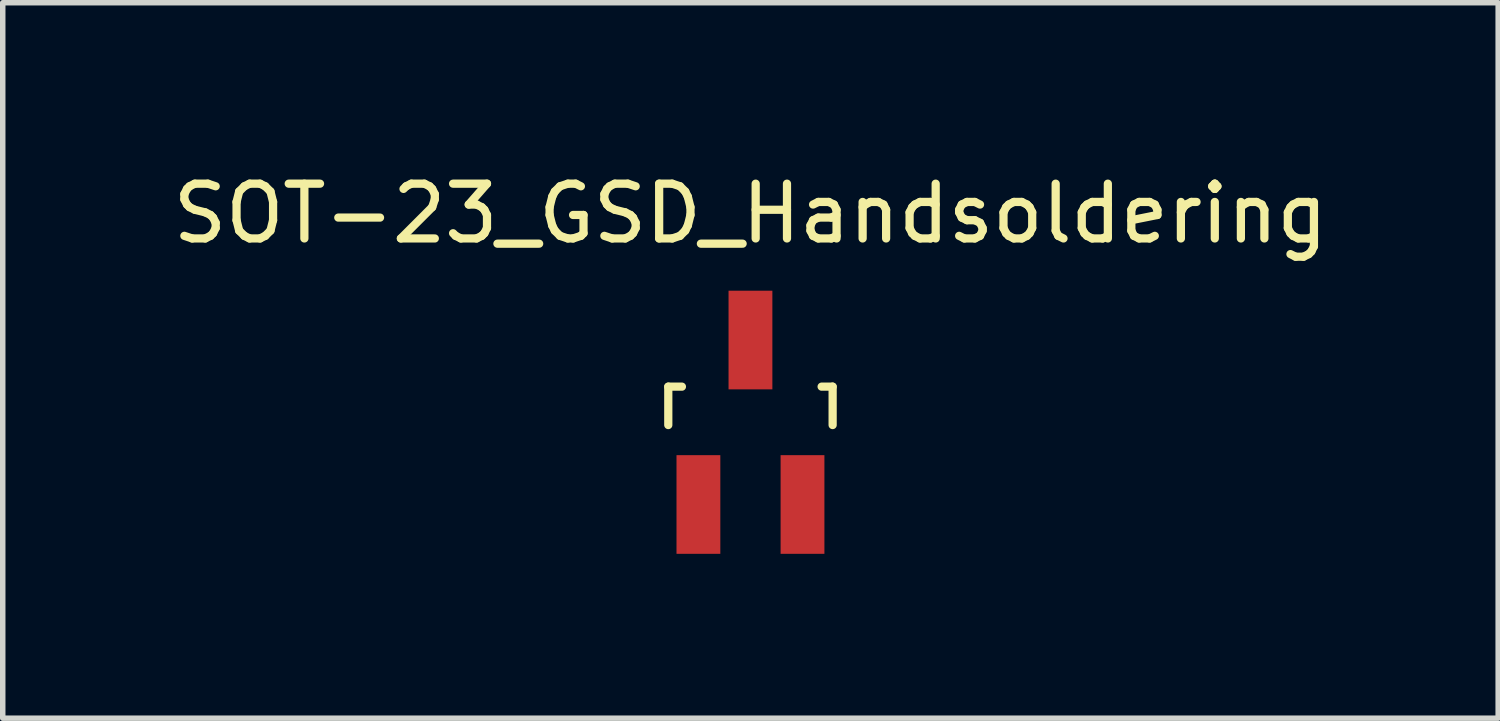
<source format=kicad_pcb>
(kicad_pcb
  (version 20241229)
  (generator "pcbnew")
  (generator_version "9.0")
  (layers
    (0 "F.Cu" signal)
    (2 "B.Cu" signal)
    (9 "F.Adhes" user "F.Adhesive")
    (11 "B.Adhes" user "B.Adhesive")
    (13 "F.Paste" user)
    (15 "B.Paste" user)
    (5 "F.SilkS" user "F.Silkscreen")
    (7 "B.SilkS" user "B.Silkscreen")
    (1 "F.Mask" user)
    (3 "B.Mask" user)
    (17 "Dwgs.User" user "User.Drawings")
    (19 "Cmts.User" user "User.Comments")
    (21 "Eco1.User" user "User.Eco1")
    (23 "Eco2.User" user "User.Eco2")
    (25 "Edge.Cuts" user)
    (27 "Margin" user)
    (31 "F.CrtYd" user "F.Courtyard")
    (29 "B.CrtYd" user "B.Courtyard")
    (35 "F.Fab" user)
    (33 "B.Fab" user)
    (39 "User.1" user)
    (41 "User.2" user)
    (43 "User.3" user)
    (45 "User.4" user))
  (footprint "SOT-23_GSD_Handsoldering"
    (layer "F.Cu")
    (at 10.649 4.658)
    (property "Reference" "SOT-23_GSD_Handsoldering" (at 0 -3.81 0) (layer "F.SilkS") (effects (font (size 1 1) (thickness 0.15))))
    (attr smd)
    (fp_line (start -1.5 -0.65) (end -1.251 -0.65) (stroke (width 0.15) (type solid)) (layer "F.SilkS"))
    (fp_line (start -1.5 0.051) (end -1.5 -0.65) (stroke (width 0.15) (type solid)) (layer "F.SilkS"))
    (fp_line (start 1.299 -0.65) (end 1.5 -0.65) (stroke (width 0.15) (type solid)) (layer "F.SilkS"))
    (fp_line (start 1.5 -0.65) (end 1.5 0.051) (stroke (width 0.15) (type solid)) (layer "F.SilkS"))
    (pad "D" smd rect (at 0 -1.501) (size 0.8 1.801) (layers "F.Cu" "F.Mask" "F.Paste"))
    (pad "G" smd rect (at -0.95 1.501) (size 0.8 1.801) (layers "F.Cu" "F.Mask" "F.Paste"))
    (pad "S" smd rect (at 0.95 1.501) (size 0.8 1.801) (layers "F.Cu" "F.Mask" "F.Paste")))
  (gr_rect
    (start -3 -3)
    (end 24.298 10.06)
    (stroke (width 0.1) (type default))
    (fill no)
    (layer "Edge.Cuts")))
</source>
